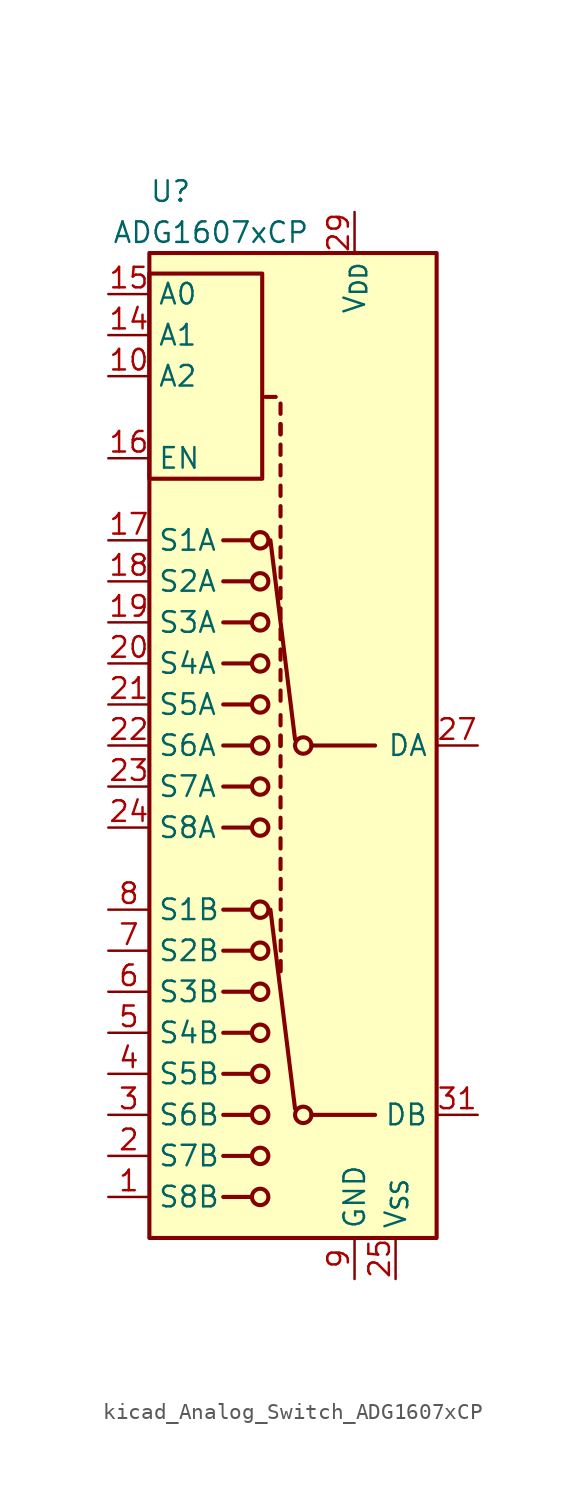
<source format=kicad_sym>
(kicad_symbol_lib
  (version 20220914)
  (generator kicad_symbol_editor)
  (symbol "kicad_Analog_Switch_ADG1607xCP"
    (property "Reference" "U"
      (at -7.62 34.29 0)
      (effects (font (size 1.27 1.27)) (justify left)))
    (property "Value" "ADG1607xCP"
      (at -3.81 31.75 0)
      (effects (font (size 1.27 1.27))))
    (symbol "kicad_Analog_Switch_ADG1607xCP_0_0"
      (pin power_in line (at 5.08 -33.02 90) (length 2.54) (name "GND" (effects (font (size 1.27 1.27)))) (number "9" (effects (font (size 1.27 1.27))))))
    (symbol "kicad_Analog_Switch_ADG1607xCP_0_1"
      (rectangle (start -7.62 29.21) (end -0.635 16.51) (stroke (width 0.254) (type default)) (fill (type none)))
      (rectangle (start -7.62 30.48) (end 10.16 -30.48) (stroke (width 0.254) (type default)) (fill (type background)))
      (circle (center -0.762 -27.94) (radius 0.508) (stroke (width 0.254) (type default)) (fill (type none)))
      (circle (center -0.762 -25.4) (radius 0.508) (stroke (width 0.254) (type default)) (fill (type none)))
      (circle (center -0.762 -22.86) (radius 0.508) (stroke (width 0.254) (type default)) (fill (type none)))
      (circle (center -0.762 -20.32) (radius 0.508) (stroke (width 0.254) (type default)) (fill (type none)))
      (circle (center -0.762 -17.78) (radius 0.508) (stroke (width 0.254) (type default)) (fill (type none)))
      (circle (center -0.762 -15.24) (radius 0.508) (stroke (width 0.254) (type default)) (fill (type none)))
      (circle (center -0.762 -12.7) (radius 0.508) (stroke (width 0.254) (type default)) (fill (type none)))
      (circle (center -0.762 -10.16) (radius 0.508) (stroke (width 0.254) (type default)) (fill (type none)))
      (circle (center -0.762 -5.08) (radius 0.508) (stroke (width 0.254) (type default)) (fill (type none)))
      (circle (center -0.762 -2.54) (radius 0.508) (stroke (width 0.254) (type default)) (fill (type none)))
      (circle (center -0.762 0) (radius 0.508) (stroke (width 0.254) (type default)) (fill (type none)))
      (circle (center -0.762 2.54) (radius 0.508) (stroke (width 0.254) (type default)) (fill (type none)))
      (circle (center -0.762 5.08) (radius 0.508) (stroke (width 0.254) (type default)) (fill (type none)))
      (circle (center -0.762 7.62) (radius 0.508) (stroke (width 0.254) (type default)) (fill (type none)))
      (circle (center -0.762 10.16) (radius 0.508) (stroke (width 0.254) (type default)) (fill (type none)))
      (circle (center -0.762 12.7) (radius 0.508) (stroke (width 0.254) (type default)) (fill (type none)))
      (polyline (pts (xy -1.27 -27.94) (xy -3.048 -27.94)) (stroke (width 0.254) (type default)) (fill (type none)))
      (polyline (pts (xy -1.27 -25.4) (xy -3.048 -25.4)) (stroke (width 0.254) (type default)) (fill (type none)))
      (polyline (pts (xy -1.27 -22.86) (xy -3.048 -22.86)) (stroke (width 0.254) (type default)) (fill (type none)))
      (polyline (pts (xy -1.27 -20.32) (xy -3.048 -20.32)) (stroke (width 0.254) (type default)) (fill (type none)))
      (polyline (pts (xy -1.27 -17.78) (xy -3.048 -17.78)) (stroke (width 0.254) (type default)) (fill (type none)))
      (polyline (pts (xy -1.27 -15.24) (xy -3.048 -15.24)) (stroke (width 0.254) (type default)) (fill (type none)))
      (polyline (pts (xy -1.27 -12.7) (xy -3.048 -12.7)) (stroke (width 0.254) (type default)) (fill (type none)))
      (polyline (pts (xy -1.27 -10.16) (xy -3.048 -10.16)) (stroke (width 0.254) (type default)) (fill (type none)))
      (polyline (pts (xy -1.27 -5.08) (xy -3.048 -5.08)) (stroke (width 0.254) (type default)) (fill (type none)))
      (polyline (pts (xy -1.27 -2.54) (xy -3.048 -2.54)) (stroke (width 0.254) (type default)) (fill (type none)))
      (polyline (pts (xy -1.27 0) (xy -3.048 0)) (stroke (width 0.254) (type default)) (fill (type none)))
      (polyline (pts (xy -1.27 2.54) (xy -3.048 2.54)) (stroke (width 0.254) (type default)) (fill (type none)))
      (polyline (pts (xy -1.27 5.08) (xy -3.048 5.08)) (stroke (width 0.254) (type default)) (fill (type none)))
      (polyline (pts (xy -1.27 7.62) (xy -3.048 7.62)) (stroke (width 0.254) (type default)) (fill (type none)))
      (polyline (pts (xy -1.27 10.16) (xy -3.048 10.16)) (stroke (width 0.254) (type default)) (fill (type none)))
      (polyline (pts (xy -1.27 12.7) (xy -3.048 12.7)) (stroke (width 0.254) (type default)) (fill (type none)))
      (polyline (pts (xy -0.127 -10.16) (xy 1.397 -22.479)) (stroke (width 0.254) (type default)) (fill (type none)))
      (polyline (pts (xy -0.127 12.7) (xy 1.397 0.381)) (stroke (width 0.254) (type default)) (fill (type none)))
      (polyline (pts (xy 0.202 21.576) (xy -0.433 21.576)) (stroke (width 0.254) (type default)) (fill (type none)))
      (polyline (pts (xy 0.498 11.639) (xy 0.498 12.274)) (stroke (width 0.254) (type default)) (fill (type none)))
      (polyline (pts (xy 0.498 12.909) (xy 0.498 13.544)) (stroke (width 0.254) (type default)) (fill (type none)))
      (polyline (pts (xy 0.498 14.18) (xy 0.498 14.815)) (stroke (width 0.254) (type default)) (fill (type none)))
      (polyline (pts (xy 0.498 15.45) (xy 0.498 16.084)) (stroke (width 0.254) (type default)) (fill (type none)))
      (polyline (pts (xy 0.498 16.72) (xy 0.498 17.355)) (stroke (width 0.254) (type default)) (fill (type none)))
      (polyline (pts (xy 0.498 17.989) (xy 0.498 18.625)) (stroke (width 0.254) (type default)) (fill (type none)))
      (polyline (pts (xy 0.498 19.259) (xy 0.498 19.895)) (stroke (width 0.254) (type default)) (fill (type none)))
      (polyline (pts (xy 0.498 19.259) (xy 0.498 19.895)) (stroke (width 0.254) (type default)) (fill (type none)))
      (polyline (pts (xy 0.498 20.529) (xy 0.498 21.165)) (stroke (width 0.254) (type default)) (fill (type none)))
      (polyline (pts (xy 0.499 -7.644) (xy 0.499 -7.009)) (stroke (width 0.254) (type default)) (fill (type none)))
      (polyline (pts (xy 0.499 -6.374) (xy 0.499 -5.739)) (stroke (width 0.254) (type default)) (fill (type none)))
      (polyline (pts (xy 0.499 -5.104) (xy 0.499 -4.469)) (stroke (width 0.254) (type default)) (fill (type none)))
      (polyline (pts (xy 0.499 -3.834) (xy 0.499 -3.199)) (stroke (width 0.254) (type default)) (fill (type none)))
      (polyline (pts (xy 0.499 -2.564) (xy 0.499 -1.929)) (stroke (width 0.254) (type default)) (fill (type none)))
      (polyline (pts (xy 0.499 -1.294) (xy 0.499 -0.659)) (stroke (width 0.254) (type default)) (fill (type none)))
      (polyline (pts (xy 0.499 -0.024) (xy 0.499 0.611)) (stroke (width 0.254) (type default)) (fill (type none)))
      (polyline (pts (xy 0.499 -0.024) (xy 0.499 0.611)) (stroke (width 0.254) (type default)) (fill (type none)))
      (polyline (pts (xy 0.499 1.246) (xy 0.499 1.881)) (stroke (width 0.254) (type default)) (fill (type none)))
      (polyline (pts (xy 0.499 2.77) (xy 0.499 3.405)) (stroke (width 0.254) (type default)) (fill (type none)))
      (polyline (pts (xy 0.499 4.04) (xy 0.499 4.675)) (stroke (width 0.254) (type default)) (fill (type none)))
      (polyline (pts (xy 0.499 5.31) (xy 0.499 5.945)) (stroke (width 0.254) (type default)) (fill (type none)))
      (polyline (pts (xy 0.499 6.58) (xy 0.499 7.215)) (stroke (width 0.254) (type default)) (fill (type none)))
      (polyline (pts (xy 0.499 7.85) (xy 0.499 8.485)) (stroke (width 0.254) (type default)) (fill (type none)))
      (polyline (pts (xy 0.499 9.12) (xy 0.499 9.755)) (stroke (width 0.254) (type default)) (fill (type none)))
      (polyline (pts (xy 0.499 10.39) (xy 0.499 11.025)) (stroke (width 0.254) (type default)) (fill (type none)))
      (polyline (pts (xy 0.508 -13.97) (xy 0.508 -13.335)) (stroke (width 0.254) (type default)) (fill (type none)))
      (polyline (pts (xy 0.508 -12.7) (xy 0.508 -12.065)) (stroke (width 0.254) (type default)) (fill (type none)))
      (polyline (pts (xy 0.508 -11.43) (xy 0.508 -10.795)) (stroke (width 0.254) (type default)) (fill (type none)))
      (polyline (pts (xy 0.508 -10.16) (xy 0.508 -9.525)) (stroke (width 0.254) (type default)) (fill (type none)))
      (polyline (pts (xy 0.508 -8.89) (xy 0.508 -8.255)) (stroke (width 0.254) (type default)) (fill (type none)))
      (polyline (pts (xy 2.413 -22.86) (xy 6.35 -22.86)) (stroke (width 0.254) (type default)) (fill (type none)))
      (polyline (pts (xy 2.413 0) (xy 6.35 0)) (stroke (width 0.254) (type default)) (fill (type none)))
      (circle (center 1.905 -22.86) (radius 0.508) (stroke (width 0.254) (type default)) (fill (type none)))
      (circle (center 1.905 0) (radius 0.508) (stroke (width 0.254) (type default)) (fill (type none))))
    (symbol "kicad_Analog_Switch_ADG1607xCP_1_1"
      (pin bidirectional line (at -10.16 -27.94 0) (length 2.54) (name "S8B" (effects (font (size 1.27 1.27)))) (number "1" (effects (font (size 1.27 1.27)))))
      (pin input line (at -10.16 22.86 0) (length 2.54) (name "A2" (effects (font (size 1.27 1.27)))) (number "10" (effects (font (size 1.27 1.27)))))
      (pin no_connect line (at 10.16 20.32 180) (length 2.54) hide (name "NC" (effects (font (size 1.27 1.27)))) (number "11" (effects (font (size 1.27 1.27)))))
      (pin no_connect line (at 10.16 17.78 180) (length 2.54) hide (name "NC" (effects (font (size 1.27 1.27)))) (number "12" (effects (font (size 1.27 1.27)))))
      (pin no_connect line (at 10.16 15.24 180) (length 2.54) hide (name "NC" (effects (font (size 1.27 1.27)))) (number "13" (effects (font (size 1.27 1.27)))))
      (pin input line (at -10.16 25.4 0) (length 2.54) (name "A1" (effects (font (size 1.27 1.27)))) (number "14" (effects (font (size 1.27 1.27)))))
      (pin input line (at -10.16 27.94 0) (length 2.54) (name "A0" (effects (font (size 1.27 1.27)))) (number "15" (effects (font (size 1.27 1.27)))))
      (pin input line (at -10.16 17.78 0) (length 2.54) (name "EN" (effects (font (size 1.27 1.27)))) (number "16" (effects (font (size 1.27 1.27)))))
      (pin bidirectional line (at -10.16 12.7 0) (length 2.54) (name "S1A" (effects (font (size 1.27 1.27)))) (number "17" (effects (font (size 1.27 1.27)))))
      (pin bidirectional line (at -10.16 10.16 0) (length 2.54) (name "S2A" (effects (font (size 1.27 1.27)))) (number "18" (effects (font (size 1.27 1.27)))))
      (pin bidirectional line (at -10.16 7.62 0) (length 2.54) (name "S3A" (effects (font (size 1.27 1.27)))) (number "19" (effects (font (size 1.27 1.27)))))
      (pin bidirectional line (at -10.16 -25.4 0) (length 2.54) (name "S7B" (effects (font (size 1.27 1.27)))) (number "2" (effects (font (size 1.27 1.27)))))
      (pin bidirectional line (at -10.16 5.08 0) (length 2.54) (name "S4A" (effects (font (size 1.27 1.27)))) (number "20" (effects (font (size 1.27 1.27)))))
      (pin bidirectional line (at -10.16 2.54 0) (length 2.54) (name "S5A" (effects (font (size 1.27 1.27)))) (number "21" (effects (font (size 1.27 1.27)))))
      (pin bidirectional line (at -10.16 0 0) (length 2.54) (name "S6A" (effects (font (size 1.27 1.27)))) (number "22" (effects (font (size 1.27 1.27)))))
      (pin bidirectional line (at -10.16 -2.54 0) (length 2.54) (name "S7A" (effects (font (size 1.27 1.27)))) (number "23" (effects (font (size 1.27 1.27)))))
      (pin bidirectional line (at -10.16 -5.08 0) (length 2.54) (name "S8A" (effects (font (size 1.27 1.27)))) (number "24" (effects (font (size 1.27 1.27)))))
      (pin power_in line (at 7.62 -33.02 90) (length 2.54) (name "V_{SS}" (effects (font (size 1.27 1.27)))) (number "25" (effects (font (size 1.27 1.27)))))
      (pin no_connect line (at 10.16 12.7 180) (length 2.54) hide (name "NC" (effects (font (size 1.27 1.27)))) (number "26" (effects (font (size 1.27 1.27)))))
      (pin bidirectional line (at 12.7 0 180) (length 2.54) (name "DA" (effects (font (size 1.27 1.27)))) (number "27" (effects (font (size 1.27 1.27)))))
      (pin no_connect line (at 10.16 10.16 180) (length 2.54) hide (name "NC" (effects (font (size 1.27 1.27)))) (number "28" (effects (font (size 1.27 1.27)))))
      (pin power_in line (at 5.08 33.02 270) (length 2.54) (name "V_{DD}" (effects (font (size 1.27 1.27)))) (number "29" (effects (font (size 1.27 1.27)))))
      (pin bidirectional line (at -10.16 -22.86 0) (length 2.54) (name "S6B" (effects (font (size 1.27 1.27)))) (number "3" (effects (font (size 1.27 1.27)))))
      (pin no_connect line (at 10.16 7.62 180) (length 2.54) hide (name "NC" (effects (font (size 1.27 1.27)))) (number "30" (effects (font (size 1.27 1.27)))))
      (pin bidirectional line (at 12.7 -22.86 180) (length 2.54) (name "DB" (effects (font (size 1.27 1.27)))) (number "31" (effects (font (size 1.27 1.27)))))
      (pin no_connect line (at 10.16 5.08 180) (length 2.54) hide (name "NC" (effects (font (size 1.27 1.27)))) (number "32" (effects (font (size 1.27 1.27)))))
      (pin passive line (at 7.62 -33.02 90) (length 2.54) hide (name "V_{SS}" (effects (font (size 1.27 1.27)))) (number "33" (effects (font (size 1.27 1.27)))))
      (pin bidirectional line (at -10.16 -20.32 0) (length 2.54) (name "S5B" (effects (font (size 1.27 1.27)))) (number "4" (effects (font (size 1.27 1.27)))))
      (pin bidirectional line (at -10.16 -17.78 0) (length 2.54) (name "S4B" (effects (font (size 1.27 1.27)))) (number "5" (effects (font (size 1.27 1.27)))))
      (pin bidirectional line (at -10.16 -15.24 0) (length 2.54) (name "S3B" (effects (font (size 1.27 1.27)))) (number "6" (effects (font (size 1.27 1.27)))))
      (pin bidirectional line (at -10.16 -12.7 0) (length 2.54) (name "S2B" (effects (font (size 1.27 1.27)))) (number "7" (effects (font (size 1.27 1.27)))))
      (pin bidirectional line (at -10.16 -10.16 0) (length 2.54) (name "S1B" (effects (font (size 1.27 1.27)))) (number "8" (effects (font (size 1.27 1.27))))))))
</source>
